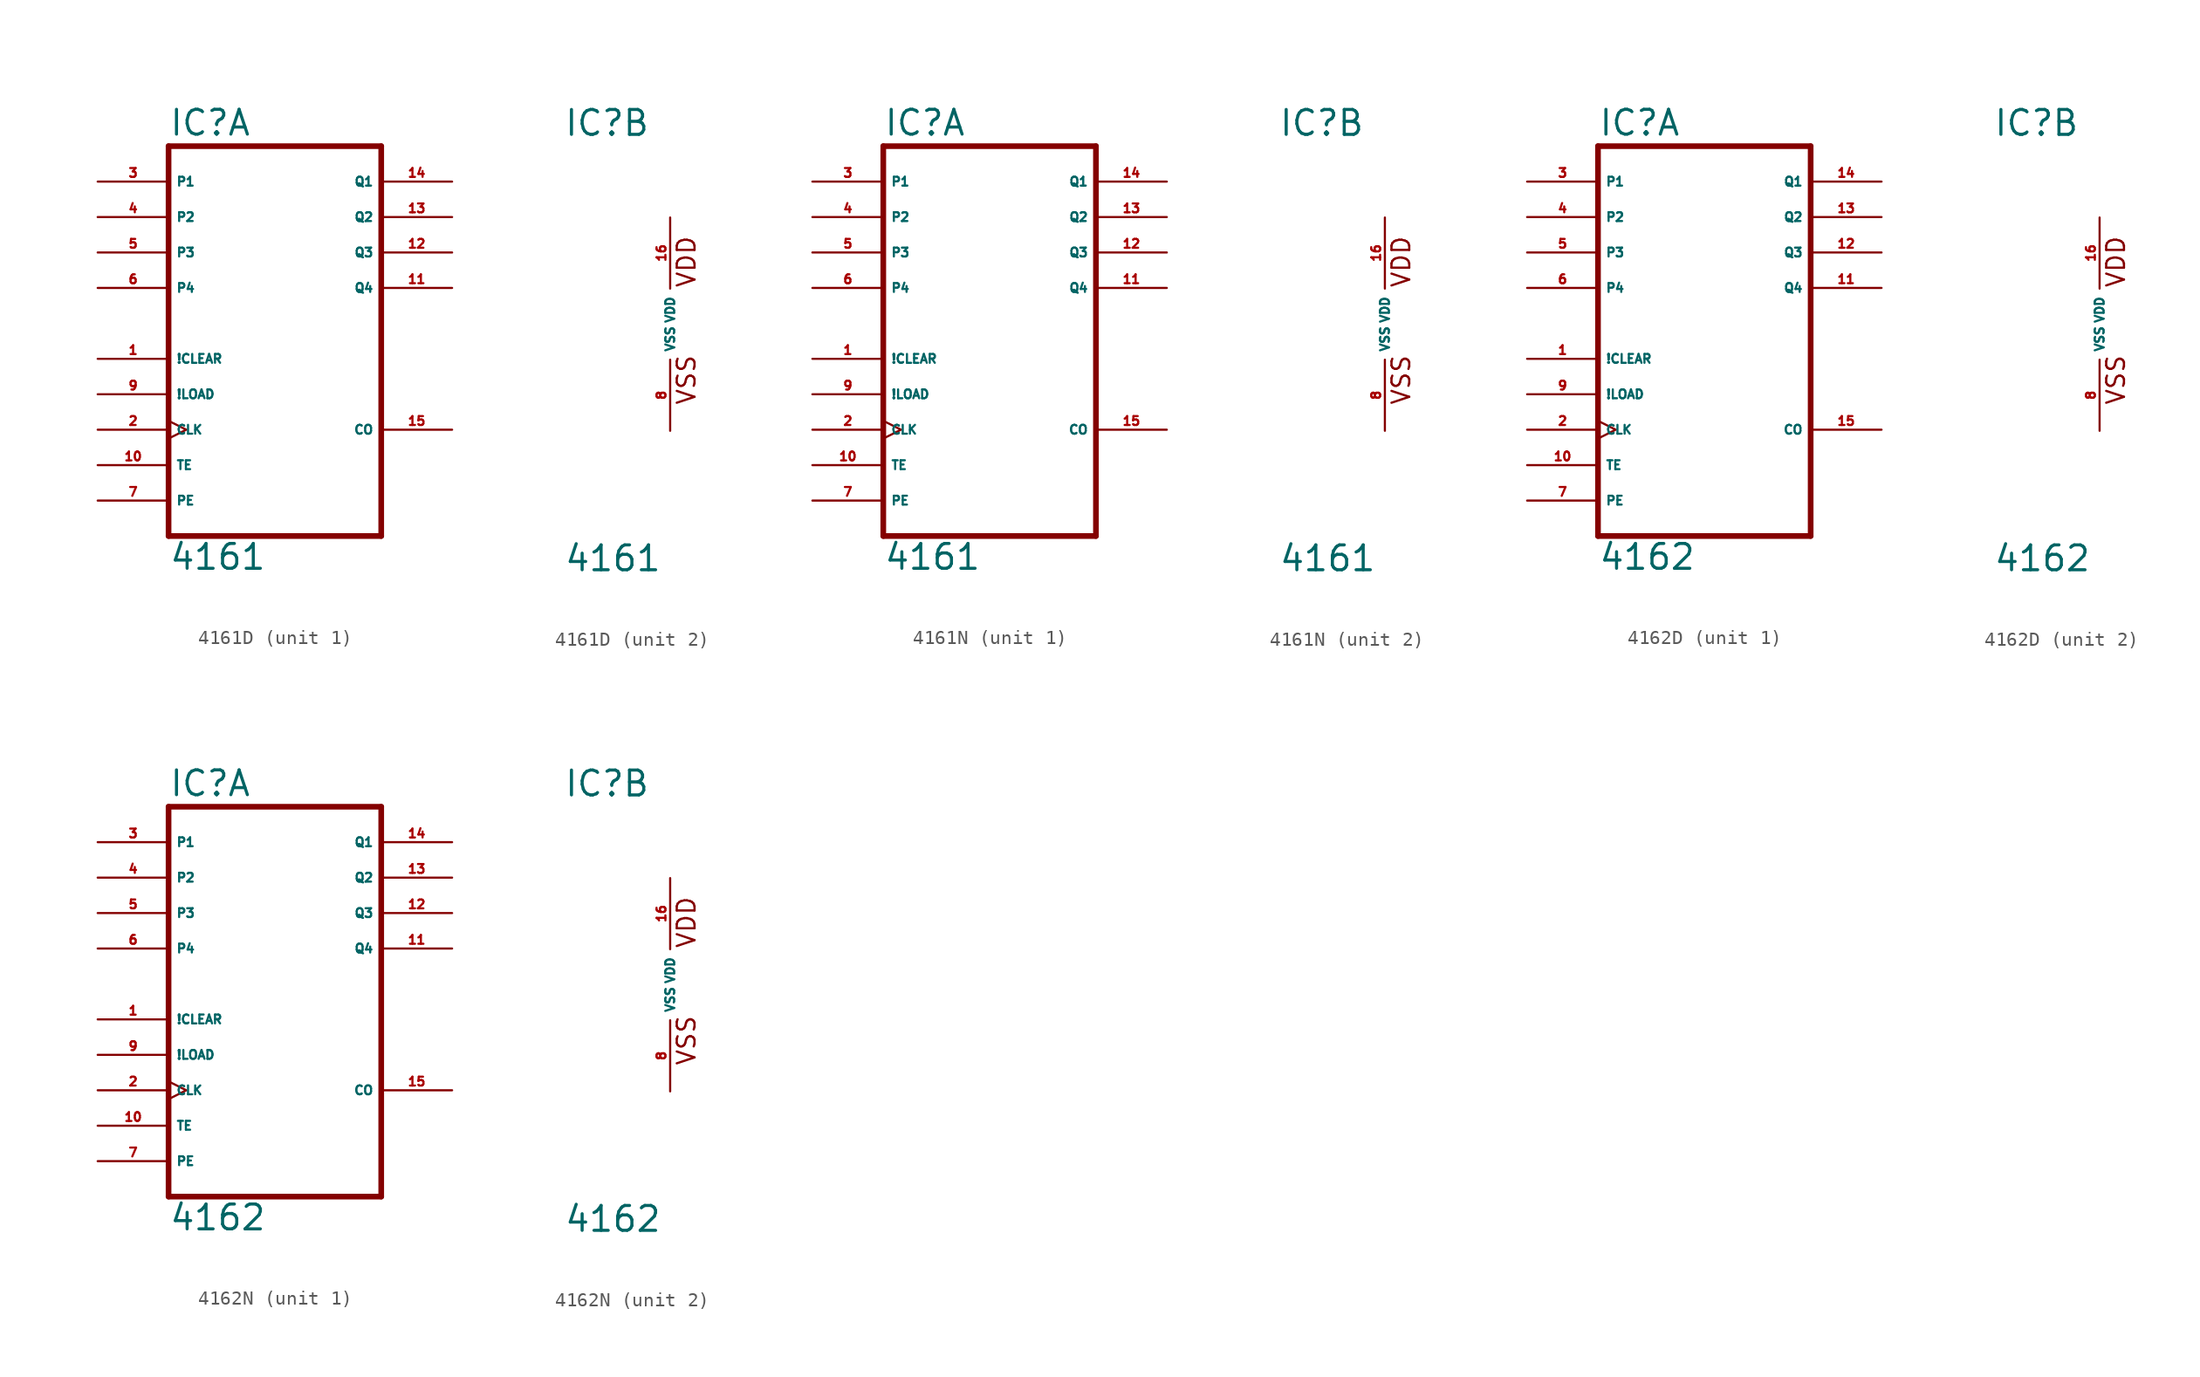
<source format=kicad_sym>
(kicad_symbol_lib
  (version 20220914)
  (generator Eagle2Kicad)
  (symbol "4161D"
    (property "Reference" "IC"
      (at -7.62 13.335 0)
      (effects (font (size 1.778 1.778) (thickness 0.22)) (justify left bottom)))
    (property "Value" "4161"
      (at -7.62 -17.78 0)
      (effects (font (size 1.778 1.778) (thickness 0.22)) (justify left bottom)))
    (symbol "4161D_1_0"
      (polyline (pts (xy -7.62 -15.24) (xy 7.62 -15.24)) (stroke (width 0.406) (type default)) (fill (type none)))
      (polyline (pts (xy 7.62 -15.24) (xy 7.62 12.7)) (stroke (width 0.406) (type default)) (fill (type none)))
      (polyline (pts (xy 7.62 12.7) (xy -7.62 12.7)) (stroke (width 0.406) (type default)) (fill (type none)))
      (polyline (pts (xy -7.62 12.7) (xy -7.62 -15.24)) (stroke (width 0.406) (type default)) (fill (type none)))
      (pin input line (at -12.7 -2.54 0) (length 5.08) (name "!CLEAR" (effects (font (size 0.635 0.635) (thickness 0.08)) (justify left bottom))) (number "1" (effects (font (size 0.635 0.635) (thickness 0.08)) (justify left bottom))))
      (pin output line (at 12.7 2.54 180) (length 5.08) (name "Q4" (effects (font (size 0.635 0.635) (thickness 0.08)) (justify left bottom))) (number "11" (effects (font (size 0.635 0.635) (thickness 0.08)) (justify left bottom))))
      (pin input line (at -12.7 2.54 0) (length 5.08) (name "P4" (effects (font (size 0.635 0.635) (thickness 0.08)) (justify left bottom))) (number "6" (effects (font (size 0.635 0.635) (thickness 0.08)) (justify left bottom))))
      (pin input line (at -12.7 10.16 0) (length 5.08) (name "P1" (effects (font (size 0.635 0.635) (thickness 0.08)) (justify left bottom))) (number "3" (effects (font (size 0.635 0.635) (thickness 0.08)) (justify left bottom))))
      (pin input line (at -12.7 -5.08 0) (length 5.08) (name "!LOAD" (effects (font (size 0.635 0.635) (thickness 0.08)) (justify left bottom))) (number "9" (effects (font (size 0.635 0.635) (thickness 0.08)) (justify left bottom))))
      (pin output line (at 12.7 10.16 180) (length 5.08) (name "Q1" (effects (font (size 0.635 0.635) (thickness 0.08)) (justify left bottom))) (number "14" (effects (font (size 0.635 0.635) (thickness 0.08)) (justify left bottom))))
      (pin output line (at 12.7 -7.62 180) (length 5.08) (name "CO" (effects (font (size 0.635 0.635) (thickness 0.08)) (justify left bottom))) (number "15" (effects (font (size 0.635 0.635) (thickness 0.08)) (justify left bottom))))
      (pin input line (at -12.7 -10.16 0) (length 5.08) (name "TE" (effects (font (size 0.635 0.635) (thickness 0.08)) (justify left bottom))) (number "10" (effects (font (size 0.635 0.635) (thickness 0.08)) (justify left bottom))))
      (pin input line (at -12.7 -12.7 0) (length 5.08) (name "PE" (effects (font (size 0.635 0.635) (thickness 0.08)) (justify left bottom))) (number "7" (effects (font (size 0.635 0.635) (thickness 0.08)) (justify left bottom))))
      (pin output line (at 12.7 7.62 180) (length 5.08) (name "Q2" (effects (font (size 0.635 0.635) (thickness 0.08)) (justify left bottom))) (number "13" (effects (font (size 0.635 0.635) (thickness 0.08)) (justify left bottom))))
      (pin input line (at -12.7 7.62 0) (length 5.08) (name "P2" (effects (font (size 0.635 0.635) (thickness 0.08)) (justify left bottom))) (number "4" (effects (font (size 0.635 0.635) (thickness 0.08)) (justify left bottom))))
      (pin input line (at -12.7 5.08 0) (length 5.08) (name "P3" (effects (font (size 0.635 0.635) (thickness 0.08)) (justify left bottom))) (number "5" (effects (font (size 0.635 0.635) (thickness 0.08)) (justify left bottom))))
      (pin output line (at 12.7 5.08 180) (length 5.08) (name "Q3" (effects (font (size 0.635 0.635) (thickness 0.08)) (justify left bottom))) (number "12" (effects (font (size 0.635 0.635) (thickness 0.08)) (justify left bottom))))
      (pin input clock (at -12.7 -7.62 0) (length 5.08) (name "CLK" (effects (font (size 0.635 0.635) (thickness 0.08)) (justify left bottom))) (number "2" (effects (font (size 0.635 0.635) (thickness 0.08)) (justify left bottom)))))
    (symbol "4161D_2_0"
      (text "VDD" (at 1.905 2.54 900) (effects (font (size 1.27 1.27) (thickness 0.16)) (justify left bottom)))
      (text "VSS" (at 1.905 -5.842 900) (effects (font (size 1.27 1.27) (thickness 0.16)) (justify left bottom)))
      (pin unspecified line (at 0 -7.62 90) (length 5.08) (name "VSS" (effects (font (size 0.635 0.635) (thickness 0.08)) (justify left bottom))) (number "8" (effects (font (size 0.635 0.635) (thickness 0.08)) (justify left bottom))))
      (pin unspecified line (at 0 7.62 270) (length 5.08) (name "VDD" (effects (font (size 0.635 0.635) (thickness 0.08)) (justify left bottom))) (number "16" (effects (font (size 0.635 0.635) (thickness 0.08)) (justify left bottom))))))
  (symbol "4161N"
    (property "Reference" "IC"
      (at -7.62 13.335 0)
      (effects (font (size 1.778 1.778) (thickness 0.22)) (justify left bottom)))
    (property "Value" "4161"
      (at -7.62 -17.78 0)
      (effects (font (size 1.778 1.778) (thickness 0.22)) (justify left bottom)))
    (symbol "4161N_1_0"
      (polyline (pts (xy -7.62 -15.24) (xy 7.62 -15.24)) (stroke (width 0.406) (type default)) (fill (type none)))
      (polyline (pts (xy 7.62 -15.24) (xy 7.62 12.7)) (stroke (width 0.406) (type default)) (fill (type none)))
      (polyline (pts (xy 7.62 12.7) (xy -7.62 12.7)) (stroke (width 0.406) (type default)) (fill (type none)))
      (polyline (pts (xy -7.62 12.7) (xy -7.62 -15.24)) (stroke (width 0.406) (type default)) (fill (type none)))
      (pin input line (at -12.7 -2.54 0) (length 5.08) (name "!CLEAR" (effects (font (size 0.635 0.635) (thickness 0.08)) (justify left bottom))) (number "1" (effects (font (size 0.635 0.635) (thickness 0.08)) (justify left bottom))))
      (pin output line (at 12.7 2.54 180) (length 5.08) (name "Q4" (effects (font (size 0.635 0.635) (thickness 0.08)) (justify left bottom))) (number "11" (effects (font (size 0.635 0.635) (thickness 0.08)) (justify left bottom))))
      (pin input line (at -12.7 2.54 0) (length 5.08) (name "P4" (effects (font (size 0.635 0.635) (thickness 0.08)) (justify left bottom))) (number "6" (effects (font (size 0.635 0.635) (thickness 0.08)) (justify left bottom))))
      (pin input line (at -12.7 10.16 0) (length 5.08) (name "P1" (effects (font (size 0.635 0.635) (thickness 0.08)) (justify left bottom))) (number "3" (effects (font (size 0.635 0.635) (thickness 0.08)) (justify left bottom))))
      (pin input line (at -12.7 -5.08 0) (length 5.08) (name "!LOAD" (effects (font (size 0.635 0.635) (thickness 0.08)) (justify left bottom))) (number "9" (effects (font (size 0.635 0.635) (thickness 0.08)) (justify left bottom))))
      (pin output line (at 12.7 10.16 180) (length 5.08) (name "Q1" (effects (font (size 0.635 0.635) (thickness 0.08)) (justify left bottom))) (number "14" (effects (font (size 0.635 0.635) (thickness 0.08)) (justify left bottom))))
      (pin output line (at 12.7 -7.62 180) (length 5.08) (name "CO" (effects (font (size 0.635 0.635) (thickness 0.08)) (justify left bottom))) (number "15" (effects (font (size 0.635 0.635) (thickness 0.08)) (justify left bottom))))
      (pin input line (at -12.7 -10.16 0) (length 5.08) (name "TE" (effects (font (size 0.635 0.635) (thickness 0.08)) (justify left bottom))) (number "10" (effects (font (size 0.635 0.635) (thickness 0.08)) (justify left bottom))))
      (pin input line (at -12.7 -12.7 0) (length 5.08) (name "PE" (effects (font (size 0.635 0.635) (thickness 0.08)) (justify left bottom))) (number "7" (effects (font (size 0.635 0.635) (thickness 0.08)) (justify left bottom))))
      (pin output line (at 12.7 7.62 180) (length 5.08) (name "Q2" (effects (font (size 0.635 0.635) (thickness 0.08)) (justify left bottom))) (number "13" (effects (font (size 0.635 0.635) (thickness 0.08)) (justify left bottom))))
      (pin input line (at -12.7 7.62 0) (length 5.08) (name "P2" (effects (font (size 0.635 0.635) (thickness 0.08)) (justify left bottom))) (number "4" (effects (font (size 0.635 0.635) (thickness 0.08)) (justify left bottom))))
      (pin input line (at -12.7 5.08 0) (length 5.08) (name "P3" (effects (font (size 0.635 0.635) (thickness 0.08)) (justify left bottom))) (number "5" (effects (font (size 0.635 0.635) (thickness 0.08)) (justify left bottom))))
      (pin output line (at 12.7 5.08 180) (length 5.08) (name "Q3" (effects (font (size 0.635 0.635) (thickness 0.08)) (justify left bottom))) (number "12" (effects (font (size 0.635 0.635) (thickness 0.08)) (justify left bottom))))
      (pin input clock (at -12.7 -7.62 0) (length 5.08) (name "CLK" (effects (font (size 0.635 0.635) (thickness 0.08)) (justify left bottom))) (number "2" (effects (font (size 0.635 0.635) (thickness 0.08)) (justify left bottom)))))
    (symbol "4161N_2_0"
      (text "VDD" (at 1.905 2.54 900) (effects (font (size 1.27 1.27) (thickness 0.16)) (justify left bottom)))
      (text "VSS" (at 1.905 -5.842 900) (effects (font (size 1.27 1.27) (thickness 0.16)) (justify left bottom)))
      (pin unspecified line (at 0 -7.62 90) (length 5.08) (name "VSS" (effects (font (size 0.635 0.635) (thickness 0.08)) (justify left bottom))) (number "8" (effects (font (size 0.635 0.635) (thickness 0.08)) (justify left bottom))))
      (pin unspecified line (at 0 7.62 270) (length 5.08) (name "VDD" (effects (font (size 0.635 0.635) (thickness 0.08)) (justify left bottom))) (number "16" (effects (font (size 0.635 0.635) (thickness 0.08)) (justify left bottom))))))
  (symbol "4162D"
    (property "Reference" "IC"
      (at -7.62 13.335 0)
      (effects (font (size 1.778 1.778) (thickness 0.22)) (justify left bottom)))
    (property "Value" "4162"
      (at -7.62 -17.78 0)
      (effects (font (size 1.778 1.778) (thickness 0.22)) (justify left bottom)))
    (symbol "4162D_1_0"
      (polyline (pts (xy -7.62 -15.24) (xy 7.62 -15.24)) (stroke (width 0.406) (type default)) (fill (type none)))
      (polyline (pts (xy 7.62 -15.24) (xy 7.62 12.7)) (stroke (width 0.406) (type default)) (fill (type none)))
      (polyline (pts (xy 7.62 12.7) (xy -7.62 12.7)) (stroke (width 0.406) (type default)) (fill (type none)))
      (polyline (pts (xy -7.62 12.7) (xy -7.62 -15.24)) (stroke (width 0.406) (type default)) (fill (type none)))
      (pin input line (at -12.7 -2.54 0) (length 5.08) (name "!CLEAR" (effects (font (size 0.635 0.635) (thickness 0.08)) (justify left bottom))) (number "1" (effects (font (size 0.635 0.635) (thickness 0.08)) (justify left bottom))))
      (pin output line (at 12.7 2.54 180) (length 5.08) (name "Q4" (effects (font (size 0.635 0.635) (thickness 0.08)) (justify left bottom))) (number "11" (effects (font (size 0.635 0.635) (thickness 0.08)) (justify left bottom))))
      (pin input line (at -12.7 2.54 0) (length 5.08) (name "P4" (effects (font (size 0.635 0.635) (thickness 0.08)) (justify left bottom))) (number "6" (effects (font (size 0.635 0.635) (thickness 0.08)) (justify left bottom))))
      (pin input line (at -12.7 10.16 0) (length 5.08) (name "P1" (effects (font (size 0.635 0.635) (thickness 0.08)) (justify left bottom))) (number "3" (effects (font (size 0.635 0.635) (thickness 0.08)) (justify left bottom))))
      (pin input line (at -12.7 -5.08 0) (length 5.08) (name "!LOAD" (effects (font (size 0.635 0.635) (thickness 0.08)) (justify left bottom))) (number "9" (effects (font (size 0.635 0.635) (thickness 0.08)) (justify left bottom))))
      (pin output line (at 12.7 10.16 180) (length 5.08) (name "Q1" (effects (font (size 0.635 0.635) (thickness 0.08)) (justify left bottom))) (number "14" (effects (font (size 0.635 0.635) (thickness 0.08)) (justify left bottom))))
      (pin output line (at 12.7 -7.62 180) (length 5.08) (name "CO" (effects (font (size 0.635 0.635) (thickness 0.08)) (justify left bottom))) (number "15" (effects (font (size 0.635 0.635) (thickness 0.08)) (justify left bottom))))
      (pin input line (at -12.7 -10.16 0) (length 5.08) (name "TE" (effects (font (size 0.635 0.635) (thickness 0.08)) (justify left bottom))) (number "10" (effects (font (size 0.635 0.635) (thickness 0.08)) (justify left bottom))))
      (pin input line (at -12.7 -12.7 0) (length 5.08) (name "PE" (effects (font (size 0.635 0.635) (thickness 0.08)) (justify left bottom))) (number "7" (effects (font (size 0.635 0.635) (thickness 0.08)) (justify left bottom))))
      (pin output line (at 12.7 7.62 180) (length 5.08) (name "Q2" (effects (font (size 0.635 0.635) (thickness 0.08)) (justify left bottom))) (number "13" (effects (font (size 0.635 0.635) (thickness 0.08)) (justify left bottom))))
      (pin input line (at -12.7 7.62 0) (length 5.08) (name "P2" (effects (font (size 0.635 0.635) (thickness 0.08)) (justify left bottom))) (number "4" (effects (font (size 0.635 0.635) (thickness 0.08)) (justify left bottom))))
      (pin input line (at -12.7 5.08 0) (length 5.08) (name "P3" (effects (font (size 0.635 0.635) (thickness 0.08)) (justify left bottom))) (number "5" (effects (font (size 0.635 0.635) (thickness 0.08)) (justify left bottom))))
      (pin output line (at 12.7 5.08 180) (length 5.08) (name "Q3" (effects (font (size 0.635 0.635) (thickness 0.08)) (justify left bottom))) (number "12" (effects (font (size 0.635 0.635) (thickness 0.08)) (justify left bottom))))
      (pin input clock (at -12.7 -7.62 0) (length 5.08) (name "CLK" (effects (font (size 0.635 0.635) (thickness 0.08)) (justify left bottom))) (number "2" (effects (font (size 0.635 0.635) (thickness 0.08)) (justify left bottom)))))
    (symbol "4162D_2_0"
      (text "VDD" (at 1.905 2.54 900) (effects (font (size 1.27 1.27) (thickness 0.16)) (justify left bottom)))
      (text "VSS" (at 1.905 -5.842 900) (effects (font (size 1.27 1.27) (thickness 0.16)) (justify left bottom)))
      (pin unspecified line (at 0 -7.62 90) (length 5.08) (name "VSS" (effects (font (size 0.635 0.635) (thickness 0.08)) (justify left bottom))) (number "8" (effects (font (size 0.635 0.635) (thickness 0.08)) (justify left bottom))))
      (pin unspecified line (at 0 7.62 270) (length 5.08) (name "VDD" (effects (font (size 0.635 0.635) (thickness 0.08)) (justify left bottom))) (number "16" (effects (font (size 0.635 0.635) (thickness 0.08)) (justify left bottom))))))
  (symbol "4162N"
    (property "Reference" "IC"
      (at -7.62 13.335 0)
      (effects (font (size 1.778 1.778) (thickness 0.22)) (justify left bottom)))
    (property "Value" "4162"
      (at -7.62 -17.78 0)
      (effects (font (size 1.778 1.778) (thickness 0.22)) (justify left bottom)))
    (symbol "4162N_1_0"
      (polyline (pts (xy -7.62 -15.24) (xy 7.62 -15.24)) (stroke (width 0.406) (type default)) (fill (type none)))
      (polyline (pts (xy 7.62 -15.24) (xy 7.62 12.7)) (stroke (width 0.406) (type default)) (fill (type none)))
      (polyline (pts (xy 7.62 12.7) (xy -7.62 12.7)) (stroke (width 0.406) (type default)) (fill (type none)))
      (polyline (pts (xy -7.62 12.7) (xy -7.62 -15.24)) (stroke (width 0.406) (type default)) (fill (type none)))
      (pin input line (at -12.7 -2.54 0) (length 5.08) (name "!CLEAR" (effects (font (size 0.635 0.635) (thickness 0.08)) (justify left bottom))) (number "1" (effects (font (size 0.635 0.635) (thickness 0.08)) (justify left bottom))))
      (pin output line (at 12.7 2.54 180) (length 5.08) (name "Q4" (effects (font (size 0.635 0.635) (thickness 0.08)) (justify left bottom))) (number "11" (effects (font (size 0.635 0.635) (thickness 0.08)) (justify left bottom))))
      (pin input line (at -12.7 2.54 0) (length 5.08) (name "P4" (effects (font (size 0.635 0.635) (thickness 0.08)) (justify left bottom))) (number "6" (effects (font (size 0.635 0.635) (thickness 0.08)) (justify left bottom))))
      (pin input line (at -12.7 10.16 0) (length 5.08) (name "P1" (effects (font (size 0.635 0.635) (thickness 0.08)) (justify left bottom))) (number "3" (effects (font (size 0.635 0.635) (thickness 0.08)) (justify left bottom))))
      (pin input line (at -12.7 -5.08 0) (length 5.08) (name "!LOAD" (effects (font (size 0.635 0.635) (thickness 0.08)) (justify left bottom))) (number "9" (effects (font (size 0.635 0.635) (thickness 0.08)) (justify left bottom))))
      (pin output line (at 12.7 10.16 180) (length 5.08) (name "Q1" (effects (font (size 0.635 0.635) (thickness 0.08)) (justify left bottom))) (number "14" (effects (font (size 0.635 0.635) (thickness 0.08)) (justify left bottom))))
      (pin output line (at 12.7 -7.62 180) (length 5.08) (name "CO" (effects (font (size 0.635 0.635) (thickness 0.08)) (justify left bottom))) (number "15" (effects (font (size 0.635 0.635) (thickness 0.08)) (justify left bottom))))
      (pin input line (at -12.7 -10.16 0) (length 5.08) (name "TE" (effects (font (size 0.635 0.635) (thickness 0.08)) (justify left bottom))) (number "10" (effects (font (size 0.635 0.635) (thickness 0.08)) (justify left bottom))))
      (pin input line (at -12.7 -12.7 0) (length 5.08) (name "PE" (effects (font (size 0.635 0.635) (thickness 0.08)) (justify left bottom))) (number "7" (effects (font (size 0.635 0.635) (thickness 0.08)) (justify left bottom))))
      (pin output line (at 12.7 7.62 180) (length 5.08) (name "Q2" (effects (font (size 0.635 0.635) (thickness 0.08)) (justify left bottom))) (number "13" (effects (font (size 0.635 0.635) (thickness 0.08)) (justify left bottom))))
      (pin input line (at -12.7 7.62 0) (length 5.08) (name "P2" (effects (font (size 0.635 0.635) (thickness 0.08)) (justify left bottom))) (number "4" (effects (font (size 0.635 0.635) (thickness 0.08)) (justify left bottom))))
      (pin input line (at -12.7 5.08 0) (length 5.08) (name "P3" (effects (font (size 0.635 0.635) (thickness 0.08)) (justify left bottom))) (number "5" (effects (font (size 0.635 0.635) (thickness 0.08)) (justify left bottom))))
      (pin output line (at 12.7 5.08 180) (length 5.08) (name "Q3" (effects (font (size 0.635 0.635) (thickness 0.08)) (justify left bottom))) (number "12" (effects (font (size 0.635 0.635) (thickness 0.08)) (justify left bottom))))
      (pin input clock (at -12.7 -7.62 0) (length 5.08) (name "CLK" (effects (font (size 0.635 0.635) (thickness 0.08)) (justify left bottom))) (number "2" (effects (font (size 0.635 0.635) (thickness 0.08)) (justify left bottom)))))
    (symbol "4162N_2_0"
      (text "VDD" (at 1.905 2.54 900) (effects (font (size 1.27 1.27) (thickness 0.16)) (justify left bottom)))
      (text "VSS" (at 1.905 -5.842 900) (effects (font (size 1.27 1.27) (thickness 0.16)) (justify left bottom)))
      (pin unspecified line (at 0 -7.62 90) (length 5.08) (name "VSS" (effects (font (size 0.635 0.635) (thickness 0.08)) (justify left bottom))) (number "8" (effects (font (size 0.635 0.635) (thickness 0.08)) (justify left bottom))))
      (pin unspecified line (at 0 7.62 270) (length 5.08) (name "VDD" (effects (font (size 0.635 0.635) (thickness 0.08)) (justify left bottom))) (number "16" (effects (font (size 0.635 0.635) (thickness 0.08)) (justify left bottom)))))))
</source>
